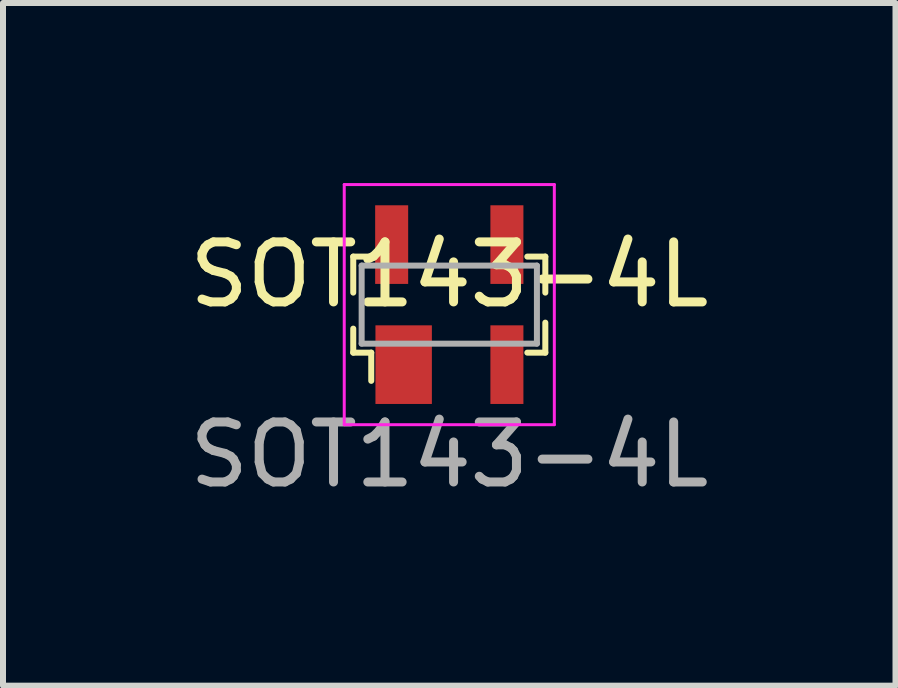
<source format=kicad_pcb>
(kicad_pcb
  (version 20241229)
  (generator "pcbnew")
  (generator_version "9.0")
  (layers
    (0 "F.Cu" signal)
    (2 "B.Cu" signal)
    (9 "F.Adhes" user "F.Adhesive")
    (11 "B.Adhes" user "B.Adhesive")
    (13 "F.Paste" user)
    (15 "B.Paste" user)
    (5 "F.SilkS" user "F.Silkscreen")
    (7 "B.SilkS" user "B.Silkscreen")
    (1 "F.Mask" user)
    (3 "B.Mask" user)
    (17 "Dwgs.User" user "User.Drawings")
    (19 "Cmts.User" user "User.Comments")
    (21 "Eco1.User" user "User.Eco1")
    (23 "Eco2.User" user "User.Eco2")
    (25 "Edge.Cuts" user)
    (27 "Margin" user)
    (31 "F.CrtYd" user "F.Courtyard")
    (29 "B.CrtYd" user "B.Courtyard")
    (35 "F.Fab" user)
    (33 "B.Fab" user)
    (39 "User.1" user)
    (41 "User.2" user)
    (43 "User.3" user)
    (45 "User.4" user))
  (footprint "SOT143-4L"
    (layer "F.Cu")
    (at 4.435 2.025)
    (property "Reference" "SOT143-4L" (at 0 -0.5 0) (unlocked yes) (layer "F.SilkS") (effects (font (size 1 1) (thickness 0.15))))
    (fp_line (start -1.6 -0.8) (end -1.6 -0.2) (stroke (width 0.1) (type solid)) (layer "F.SilkS"))
    (fp_line (start -1.6 0.8) (end -1.6 0.4) (stroke (width 0.1) (type solid)) (layer "F.SilkS"))
    (fp_line (start -1.3 -0.8) (end -1.6 -0.8) (stroke (width 0.1) (type solid)) (layer "F.SilkS"))
    (fp_line (start -1.3 0.8) (end -1.6 0.8) (stroke (width 0.1) (type solid)) (layer "F.SilkS"))
    (fp_line (start -1.3 0.8) (end -1.3 1.27) (stroke (width 0.1) (type solid)) (layer "F.SilkS"))
    (fp_line (start 1.3 -0.8) (end 1.6 -0.8) (stroke (width 0.1) (type solid)) (layer "F.SilkS"))
    (fp_line (start 1.3 0.8) (end 1.6 0.8) (stroke (width 0.1) (type solid)) (layer "F.SilkS"))
    (fp_line (start 1.6 -0.8) (end 1.6 -0.2) (stroke (width 0.1) (type solid)) (layer "F.SilkS"))
    (fp_line (start 1.6 0.8) (end 1.6 0.3) (stroke (width 0.1) (type solid)) (layer "F.SilkS"))
    (fp_line (start -1.75 -2) (end -1.75 2) (stroke (width 0.05) (type solid)) (layer "F.CrtYd"))
    (fp_line (start 1.75 -2) (end -1.75 -2) (stroke (width 0.05) (type solid)) (layer "F.CrtYd"))
    (fp_line (start 1.75 -2) (end 1.75 2) (stroke (width 0.05) (type solid)) (layer "F.CrtYd"))
    (fp_line (start 1.75 2) (end -1.75 2) (stroke (width 0.05) (type solid)) (layer "F.CrtYd"))
    (fp_line (start -1.46 0.65) (end -1.46 -0.65) (stroke (width 0.1) (type solid)) (layer "F.Fab"))
    (fp_line (start -1.46 0.65) (end 1.46 0.65) (stroke (width 0.1) (type solid)) (layer "F.Fab"))
    (fp_line (start 1.46 -0.65) (end -1.46 -0.65) (stroke (width 0.1) (type solid)) (layer "F.Fab"))
    (fp_line (start 1.46 -0.65) (end 1.46 0.65) (stroke (width 0.1) (type solid)) (layer "F.Fab"))
    (fp_text user "${REFERENCE}" (at 0 2.5 0) (unlocked yes) (layer "F.Fab") (effects (font (size 1 1) (thickness 0.15))))
    (pad "1" smd rect (at -0.76 1) (size 0.94 1.31) (layers "F.Cu" "F.Mask" "F.Paste"))
    (pad "2" smd rect (at 0.96 1) (size 0.55 1.31) (layers "F.Cu" "F.Mask" "F.Paste"))
    (pad "3" smd rect (at 0.96 -1) (size 0.55 1.31) (layers "F.Cu" "F.Mask" "F.Paste"))
    (pad "4" smd rect (at -0.96 -1) (size 0.55 1.31) (layers "F.Cu" "F.Mask" "F.Paste")))
  (gr_rect
    (start -3 -3)
    (end 11.869 8.373)
    (stroke (width 0.1) (type default))
    (fill no)
    (layer "Edge.Cuts")))
</source>
